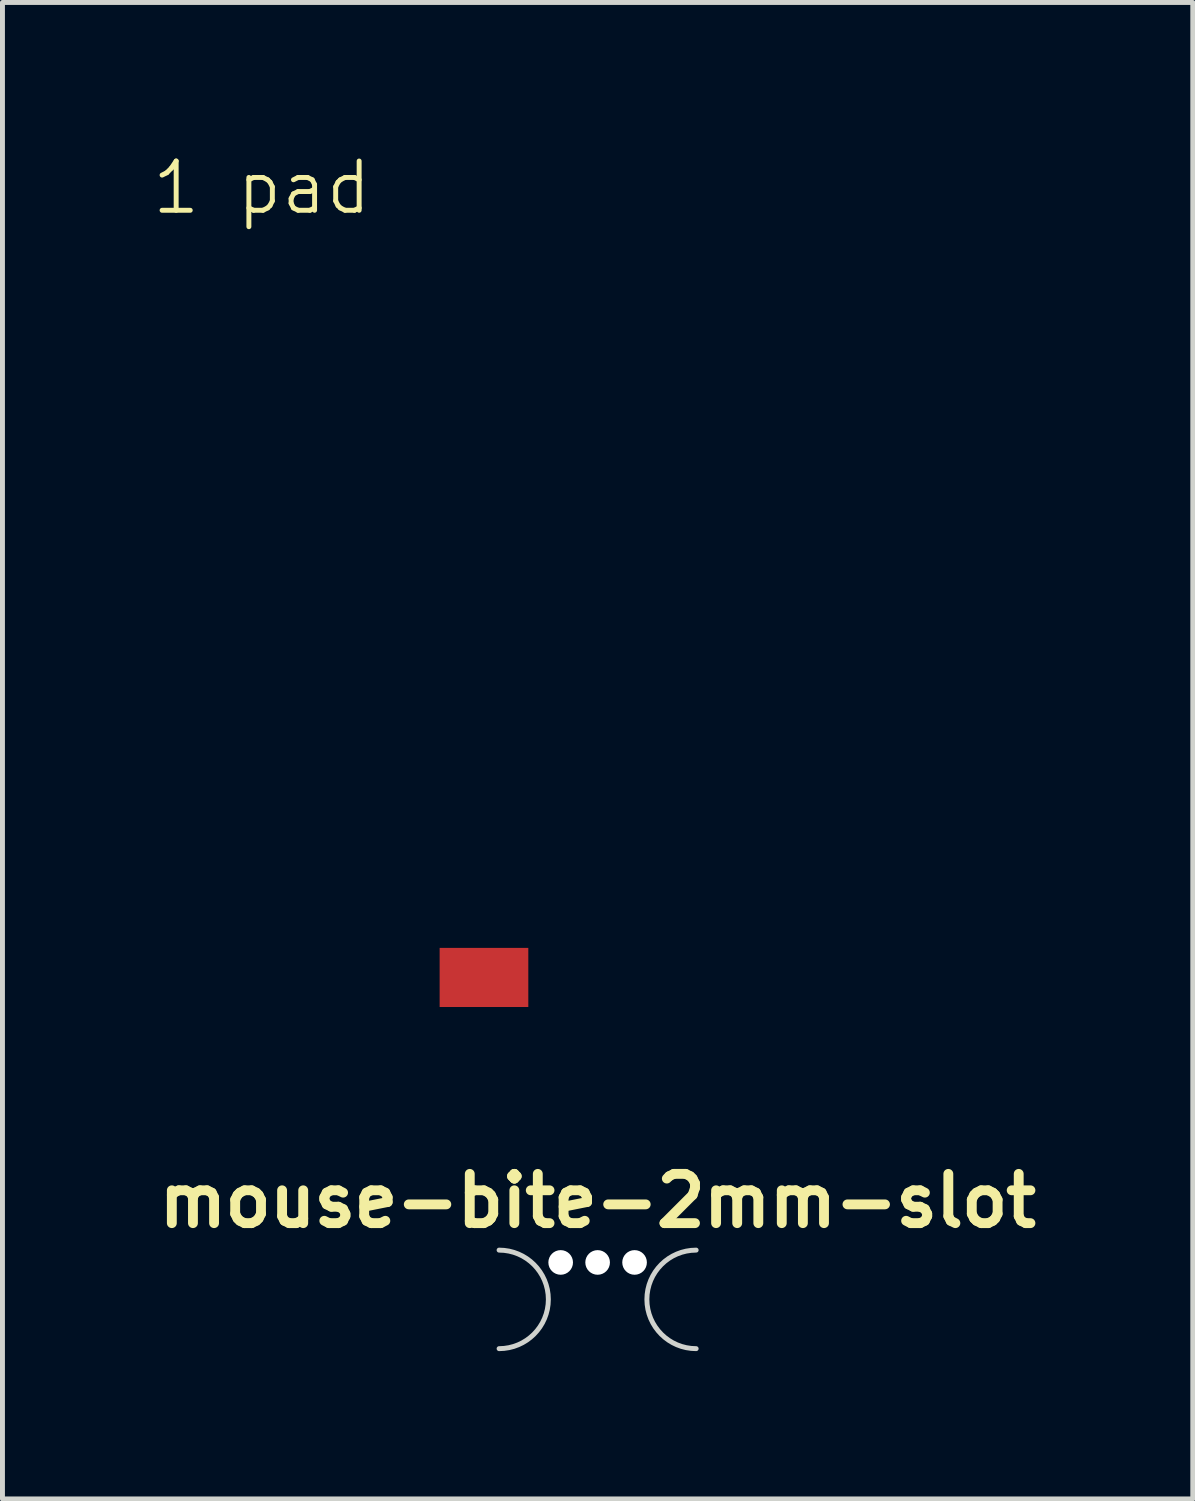
<source format=kicad_pcb>
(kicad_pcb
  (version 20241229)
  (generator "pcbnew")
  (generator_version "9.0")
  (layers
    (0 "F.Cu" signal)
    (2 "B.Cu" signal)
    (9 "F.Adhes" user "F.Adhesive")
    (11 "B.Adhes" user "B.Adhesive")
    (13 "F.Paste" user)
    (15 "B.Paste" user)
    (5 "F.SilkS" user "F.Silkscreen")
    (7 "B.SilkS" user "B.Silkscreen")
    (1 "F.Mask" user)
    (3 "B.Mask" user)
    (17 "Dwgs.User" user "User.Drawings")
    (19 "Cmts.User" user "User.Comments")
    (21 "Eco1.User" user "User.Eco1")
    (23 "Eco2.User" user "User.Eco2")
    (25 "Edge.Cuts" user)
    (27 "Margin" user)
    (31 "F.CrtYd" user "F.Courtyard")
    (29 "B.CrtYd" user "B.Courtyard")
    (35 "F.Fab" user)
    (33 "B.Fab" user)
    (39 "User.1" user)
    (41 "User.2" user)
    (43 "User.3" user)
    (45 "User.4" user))
  (footprint "mouse-bite-2mm-slot"
    (layer "F.Cu")
    (at 9.081 23.326)
    (property "Reference" "mouse-bite-2mm-slot" (at 0 -2 0) (layer "F.SilkS") (effects (font (size 1 1) (thickness 0.2))))
    (attr through_hole)
    (fp_arc (start -2 -1) (mid -1 0) (end -2 1) (stroke (width 0.1) (type solid)) (layer "Edge.Cuts"))
    (fp_arc (start 2 1) (mid 1 0) (end 2 -1) (stroke (width 0.1) (type solid)) (layer "Edge.Cuts"))
    (pad "" np_thru_hole circle (at -0.75 -0.75) (size 0.5 0.5) (drill 0.5) (layers "*.Cu" "*.Mask"))
    (pad "" np_thru_hole circle (at 0 -0.75) (size 0.5 0.5) (drill 0.5) (layers "*.Cu" "*.Mask"))
    (pad "" np_thru_hole circle (at 0.75 -0.75) (size 0.5 0.5) (drill 0.5) (layers "*.Cu" "*.Mask")))
  (footprint "1 pad"
    (layer "F.Cu")
    (at 6.774 16.791)
    (property "Reference" "1 pad" (at -4.51 -16.03 0) (unlocked yes) (layer "F.SilkS") (effects (font (size 1 1) (thickness 0.1))))
    (attr smd)
    (pad "1" smd rect (at 0 0) (size 1.8 1.2) (layers "F.Cu" "F.Mask" "F.Paste")))
  (gr_rect
    (start -3 -3)
    (end 21.162 27.377)
    (stroke (width 0.1) (type default))
    (fill no)
    (layer "Edge.Cuts")))
</source>
